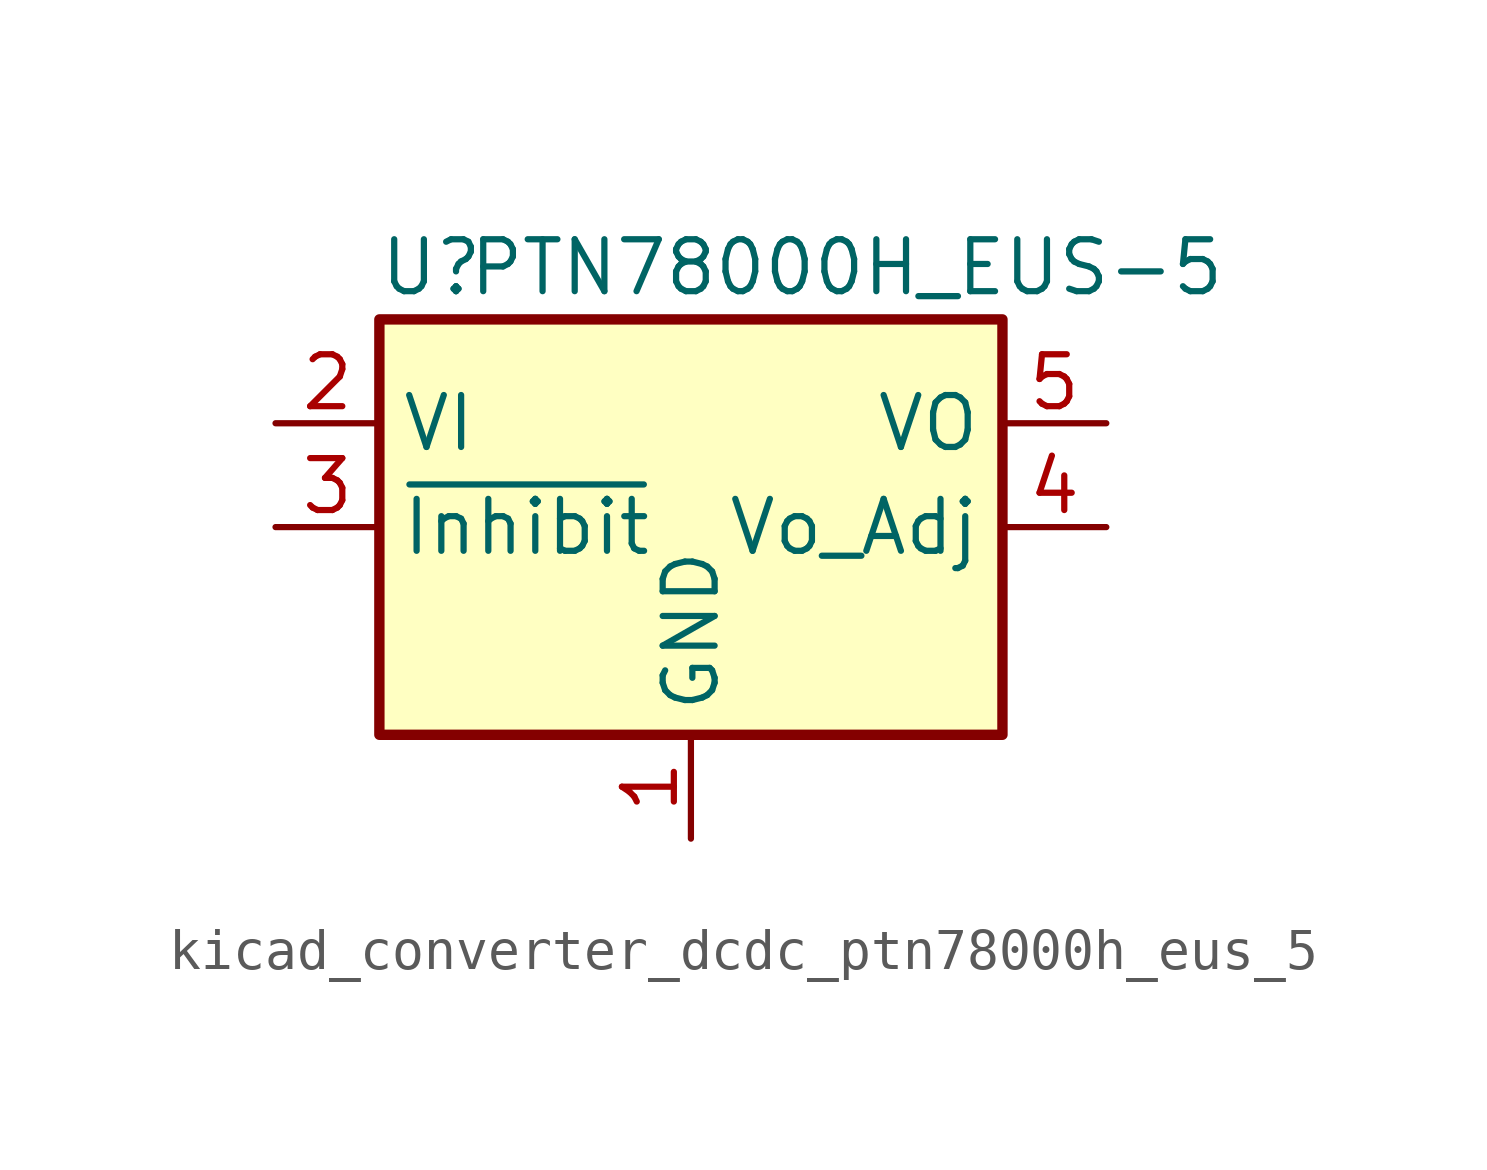
<source format=kicad_sym>
(kicad_symbol_lib
  (version 20220914)
  (generator kicad_symbol_editor)
  (symbol "kicad_converter_dcdc_ptn78000h_eus_5"
    (property "Reference" "U"
      (at -6.35 6.35 0)
      (effects (font (size 1.27 1.27))))
    (property "Value" "PTN78000H_EUS-5"
      (at 3.81 6.35 0)
      (effects (font (size 1.27 1.27))))
    (symbol "kicad_converter_dcdc_ptn78000h_eus_5_0_1"
      (rectangle (start -7.62 5.08) (end 7.62 -5.08) (stroke (width 0.254) (type default)) (fill (type background))))
    (symbol "kicad_converter_dcdc_ptn78000h_eus_5_1_1"
      (pin power_in line (at 0 -7.62 90) (length 2.54) (name "GND" (effects (font (size 1.27 1.27)))) (number "1" (effects (font (size 1.27 1.27)))))
      (pin power_in line (at -10.16 2.54 0) (length 2.54) (name "VI" (effects (font (size 1.27 1.27)))) (number "2" (effects (font (size 1.27 1.27)))))
      (pin input line (at -10.16 0 0) (length 2.54) (name "~{Inhibit}" (effects (font (size 1.27 1.27)))) (number "3" (effects (font (size 1.27 1.27)))))
      (pin output line (at 10.16 0 180) (length 2.54) (name "Vo_Adj" (effects (font (size 1.27 1.27)))) (number "4" (effects (font (size 1.27 1.27)))))
      (pin power_out line (at 10.16 2.54 180) (length 2.54) (name "VO" (effects (font (size 1.27 1.27)))) (number "5" (effects (font (size 1.27 1.27))))))))
</source>
